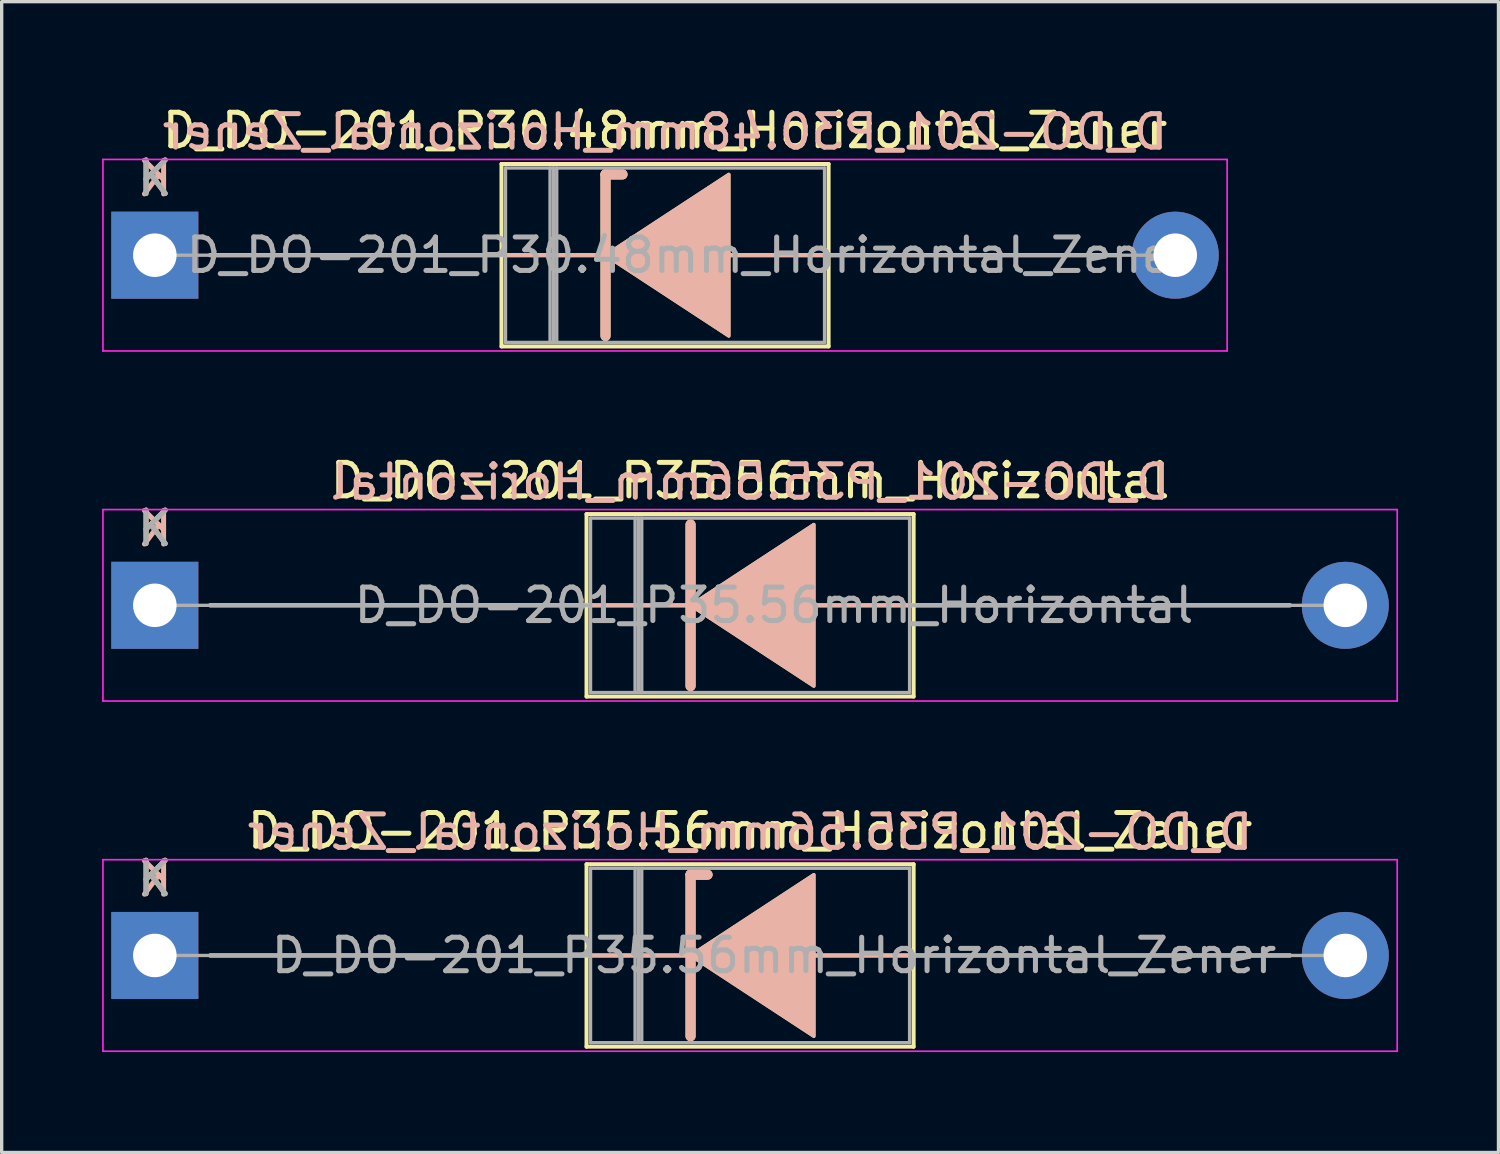
<source format=kicad_pcb>
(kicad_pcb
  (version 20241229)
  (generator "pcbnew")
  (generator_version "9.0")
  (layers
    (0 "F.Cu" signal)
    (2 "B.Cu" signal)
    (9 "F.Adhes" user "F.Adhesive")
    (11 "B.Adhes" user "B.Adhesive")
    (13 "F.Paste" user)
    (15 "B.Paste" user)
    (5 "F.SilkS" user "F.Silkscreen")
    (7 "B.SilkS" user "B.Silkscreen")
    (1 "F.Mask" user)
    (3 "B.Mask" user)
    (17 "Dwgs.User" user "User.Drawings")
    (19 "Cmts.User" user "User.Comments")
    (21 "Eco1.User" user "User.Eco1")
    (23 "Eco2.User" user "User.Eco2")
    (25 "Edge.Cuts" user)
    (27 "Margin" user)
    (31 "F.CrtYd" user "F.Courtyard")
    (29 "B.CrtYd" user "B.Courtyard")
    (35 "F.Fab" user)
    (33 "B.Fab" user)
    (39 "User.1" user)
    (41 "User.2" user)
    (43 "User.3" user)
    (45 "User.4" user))
  (footprint "D_DO-201_P35.56mm_Horizontal_Zener"
    (layer "F.Cu")
    (at 1.575 25.49)
    (property "Reference" "D_DO-201_P35.56mm_Horizontal_Zener" (at 17.78 -3.725 0) (layer "F.SilkS") (effects (font (size 1 1) (thickness 0.15))))
    (fp_line (start 1.651 0) (end 12.895 0) (stroke (width 0.12) (type solid)) (layer "F.SilkS"))
    (fp_line (start 12.895 -2.725) (end 12.895 2.725) (stroke (width 0.12) (type solid)) (layer "F.SilkS"))
    (fp_line (start 12.895 2.725) (end 22.665 2.725) (stroke (width 0.12) (type solid)) (layer "F.SilkS"))
    (fp_line (start 16.002 -2.413) (end 16.002 2.413) (stroke (width 0.3) (type solid)) (layer "F.SilkS"))
    (fp_line (start 16.002 -2.413) (end 16.51 -2.413) (stroke (width 0.3) (type solid)) (layer "F.SilkS"))
    (fp_line (start 16.002 0) (end 12.895 0) (stroke (width 0.12) (type solid)) (layer "F.SilkS"))
    (fp_line (start 19.685 0) (end 22.665 0) (stroke (width 0.12) (type solid)) (layer "F.SilkS"))
    (fp_line (start 22.665 -2.725) (end 12.895 -2.725) (stroke (width 0.12) (type solid)) (layer "F.SilkS"))
    (fp_line (start 22.665 2.725) (end 22.665 -2.725) (stroke (width 0.12) (type solid)) (layer "F.SilkS"))
    (fp_line (start 33.909 0) (end 22.665 0) (stroke (width 0.12) (type solid)) (layer "F.SilkS"))
    (fp_poly (pts (xy 19.685 2.413) (xy 16.002 0) (xy 19.685 -2.413)) (stroke (width 0.1) (type solid)) (fill yes) (layer "F.SilkS"))
    (fp_line (start 1.651 0) (end 12.895 0) (stroke (width 0.12) (type solid)) (layer "B.SilkS"))
    (fp_line (start 16.002 -2.413) (end 16.51 -2.413) (stroke (width 0.3) (type solid)) (layer "B.SilkS"))
    (fp_line (start 16.002 0) (end 12.895 0) (stroke (width 0.12) (type solid)) (layer "B.SilkS"))
    (fp_line (start 16.002 2.413) (end 16.002 -2.413) (stroke (width 0.3) (type solid)) (layer "B.SilkS"))
    (fp_line (start 19.685 0) (end 22.665 0) (stroke (width 0.12) (type solid)) (layer "B.SilkS"))
    (fp_line (start 33.909 0) (end 22.665 0) (stroke (width 0.12) (type solid)) (layer "B.SilkS"))
    (fp_poly (pts (xy 19.685 -2.413) (xy 16.002 0) (xy 19.685 2.413)) (stroke (width 0.1) (type solid)) (fill yes) (layer "B.SilkS"))
    (fp_line (start -1.55 -2.86) (end -1.55 2.86) (stroke (width 0.05) (type solid)) (layer "F.CrtYd"))
    (fp_line (start -1.55 2.86) (end 37.11 2.86) (stroke (width 0.05) (type solid)) (layer "F.CrtYd"))
    (fp_line (start 37.11 -2.86) (end -1.55 -2.86) (stroke (width 0.05) (type solid)) (layer "F.CrtYd"))
    (fp_line (start 37.11 2.86) (end 37.11 -2.86) (stroke (width 0.05) (type solid)) (layer "F.CrtYd"))
    (fp_line (start 0 0) (end 13.015 0) (stroke (width 0.1) (type solid)) (layer "F.Fab"))
    (fp_line (start 13.015 -2.605) (end 13.015 2.605) (stroke (width 0.1) (type solid)) (layer "F.Fab"))
    (fp_line (start 13.015 2.605) (end 22.545 2.605) (stroke (width 0.1) (type solid)) (layer "F.Fab"))
    (fp_line (start 14.345 -2.605) (end 14.345 2.605) (stroke (width 0.1) (type solid)) (layer "F.Fab"))
    (fp_line (start 14.444 -2.605) (end 14.444 2.605) (stroke (width 0.1) (type solid)) (layer "F.Fab"))
    (fp_line (start 14.544 -2.605) (end 14.544 2.605) (stroke (width 0.1) (type solid)) (layer "F.Fab"))
    (fp_line (start 22.545 -2.605) (end 13.015 -2.605) (stroke (width 0.1) (type solid)) (layer "F.Fab"))
    (fp_line (start 22.545 2.605) (end 22.545 -2.605) (stroke (width 0.1) (type solid)) (layer "F.Fab"))
    (fp_line (start 35.56 0) (end 22.545 0) (stroke (width 0.1) (type solid)) (layer "F.Fab"))
    (fp_text user "K" (at 0 -2.3 0) (layer "F.SilkS") (effects (font (size 1 1) (thickness 0.15))))
    (fp_text user "${REFERENCE}" (at 17.78 -3.683 0) (layer "B.SilkS") (effects (font (size 1 1) (thickness 0.15)) (justify mirror)))
    (fp_text user "K" (at 0 -2.286 0) (layer "B.SilkS") (effects (font (size 1 1) (thickness 0.15)) (justify mirror)))
    (fp_text user "K" (at 0 -2.3 0) (layer "F.Fab") (effects (font (size 1 1) (thickness 0.15))))
    (fp_text user "${REFERENCE}" (at 18.495 0 0) (layer "F.Fab") (effects (font (size 1 1) (thickness 0.15))))
    (pad "1" thru_hole rect (at 0 0) (size 2.6 2.6) (drill 1.3) (layers "*.Cu" "*.Mask"))
    (pad "2" thru_hole oval (at 35.56 0) (size 2.6 2.6) (drill 1.3) (layers "*.Cu" "*.Mask")))
  (footprint "D_DO-201_P30.48mm_Horizontal_Zener"
    (layer "F.Cu")
    (at 1.575 4.573)
    (property "Reference" "D_DO-201_P30.48mm_Horizontal_Zener" (at 15.24 -3.725 0) (layer "F.SilkS") (effects (font (size 1 1) (thickness 0.15))))
    (fp_line (start 1.651 0) (end 10.355 0) (stroke (width 0.12) (type solid)) (layer "F.SilkS"))
    (fp_line (start 10.355 -2.725) (end 10.355 2.725) (stroke (width 0.12) (type solid)) (layer "F.SilkS"))
    (fp_line (start 10.355 2.725) (end 20.125 2.725) (stroke (width 0.12) (type solid)) (layer "F.SilkS"))
    (fp_line (start 13.462 -2.413) (end 13.462 2.413) (stroke (width 0.3) (type solid)) (layer "F.SilkS"))
    (fp_line (start 13.462 -2.413) (end 13.97 -2.413) (stroke (width 0.3) (type solid)) (layer "F.SilkS"))
    (fp_line (start 13.462 0) (end 10.355 0) (stroke (width 0.12) (type solid)) (layer "F.SilkS"))
    (fp_line (start 17.145 0) (end 20.125 0) (stroke (width 0.12) (type solid)) (layer "F.SilkS"))
    (fp_line (start 20.125 -2.725) (end 10.355 -2.725) (stroke (width 0.12) (type solid)) (layer "F.SilkS"))
    (fp_line (start 20.125 2.725) (end 20.125 -2.725) (stroke (width 0.12) (type solid)) (layer "F.SilkS"))
    (fp_line (start 28.829 0) (end 20.125 0) (stroke (width 0.12) (type solid)) (layer "F.SilkS"))
    (fp_poly (pts (xy 17.145 2.413) (xy 13.462 0) (xy 17.145 -2.413)) (stroke (width 0.1) (type solid)) (fill yes) (layer "F.SilkS"))
    (fp_line (start 1.651 0) (end 10.355 0) (stroke (width 0.12) (type solid)) (layer "B.SilkS"))
    (fp_line (start 13.462 -2.413) (end 13.97 -2.413) (stroke (width 0.3) (type solid)) (layer "B.SilkS"))
    (fp_line (start 13.462 0) (end 10.355 0) (stroke (width 0.12) (type solid)) (layer "B.SilkS"))
    (fp_line (start 13.462 2.413) (end 13.462 -2.413) (stroke (width 0.3) (type solid)) (layer "B.SilkS"))
    (fp_line (start 17.145 0) (end 20.125 0) (stroke (width 0.12) (type solid)) (layer "B.SilkS"))
    (fp_line (start 28.829 0) (end 20.125 0) (stroke (width 0.12) (type solid)) (layer "B.SilkS"))
    (fp_poly (pts (xy 17.145 -2.413) (xy 13.462 0) (xy 17.145 2.413)) (stroke (width 0.1) (type solid)) (fill yes) (layer "B.SilkS"))
    (fp_line (start -1.55 -2.86) (end -1.55 2.86) (stroke (width 0.05) (type solid)) (layer "F.CrtYd"))
    (fp_line (start -1.55 2.86) (end 32.03 2.86) (stroke (width 0.05) (type solid)) (layer "F.CrtYd"))
    (fp_line (start 32.03 -2.86) (end -1.55 -2.86) (stroke (width 0.05) (type solid)) (layer "F.CrtYd"))
    (fp_line (start 32.03 2.86) (end 32.03 -2.86) (stroke (width 0.05) (type solid)) (layer "F.CrtYd"))
    (fp_line (start 0 0) (end 10.475 0) (stroke (width 0.1) (type solid)) (layer "F.Fab"))
    (fp_line (start 10.475 -2.605) (end 10.475 2.605) (stroke (width 0.1) (type solid)) (layer "F.Fab"))
    (fp_line (start 10.475 2.605) (end 20.005 2.605) (stroke (width 0.1) (type solid)) (layer "F.Fab"))
    (fp_line (start 11.805 -2.605) (end 11.805 2.605) (stroke (width 0.1) (type solid)) (layer "F.Fab"))
    (fp_line (start 11.905 -2.605) (end 11.905 2.605) (stroke (width 0.1) (type solid)) (layer "F.Fab"))
    (fp_line (start 12.005 -2.605) (end 12.005 2.605) (stroke (width 0.1) (type solid)) (layer "F.Fab"))
    (fp_line (start 20.005 -2.605) (end 10.475 -2.605) (stroke (width 0.1) (type solid)) (layer "F.Fab"))
    (fp_line (start 20.005 2.605) (end 20.005 -2.605) (stroke (width 0.1) (type solid)) (layer "F.Fab"))
    (fp_line (start 30.48 0) (end 20.005 0) (stroke (width 0.1) (type solid)) (layer "F.Fab"))
    (fp_text user "K" (at 0 -2.3 0) (layer "F.SilkS") (effects (font (size 1 1) (thickness 0.15))))
    (fp_text user "${REFERENCE}" (at 15.24 -3.683 0) (layer "B.SilkS") (effects (font (size 1 1) (thickness 0.15)) (justify mirror)))
    (fp_text user "K" (at 0 -2.286 0) (layer "B.SilkS") (effects (font (size 1 1) (thickness 0.15)) (justify mirror)))
    (fp_text user "K" (at 0 -2.3 0) (layer "F.Fab") (effects (font (size 1 1) (thickness 0.15))))
    (fp_text user "${REFERENCE}" (at 15.955 0 0) (layer "F.Fab") (effects (font (size 1 1) (thickness 0.15))))
    (pad "1" thru_hole rect (at 0 0) (size 2.6 2.6) (drill 1.3) (layers "*.Cu" "*.Mask"))
    (pad "2" thru_hole oval (at 30.48 0) (size 2.6 2.6) (drill 1.3) (layers "*.Cu" "*.Mask")))
  (footprint "D_DO-201_P35.56mm_Horizontal"
    (layer "F.Cu")
    (at 1.575 15.031)
    (property "Reference" "D_DO-201_P35.56mm_Horizontal" (at 17.78 -3.725 0) (layer "F.SilkS") (effects (font (size 1 1) (thickness 0.15))))
    (fp_line (start 1.651 0) (end 12.895 0) (stroke (width 0.12) (type solid)) (layer "F.SilkS"))
    (fp_line (start 12.895 -2.725) (end 12.895 2.725) (stroke (width 0.12) (type solid)) (layer "F.SilkS"))
    (fp_line (start 12.895 2.725) (end 22.665 2.725) (stroke (width 0.12) (type solid)) (layer "F.SilkS"))
    (fp_line (start 16.002 -2.413) (end 16.002 2.413) (stroke (width 0.3) (type solid)) (layer "F.SilkS"))
    (fp_line (start 16.002 0) (end 12.895 0) (stroke (width 0.12) (type solid)) (layer "F.SilkS"))
    (fp_line (start 19.685 0) (end 22.665 0) (stroke (width 0.12) (type solid)) (layer "F.SilkS"))
    (fp_line (start 22.665 -2.725) (end 12.895 -2.725) (stroke (width 0.12) (type solid)) (layer "F.SilkS"))
    (fp_line (start 22.665 2.725) (end 22.665 -2.725) (stroke (width 0.12) (type solid)) (layer "F.SilkS"))
    (fp_line (start 33.909 0) (end 22.665 0) (stroke (width 0.12) (type solid)) (layer "F.SilkS"))
    (fp_poly (pts (xy 19.685 2.413) (xy 16.002 0) (xy 19.685 -2.413)) (stroke (width 0.1) (type solid)) (fill yes) (layer "F.SilkS"))
    (fp_line (start 1.651 0) (end 12.895 0) (stroke (width 0.12) (type solid)) (layer "B.SilkS"))
    (fp_line (start 16.002 0) (end 12.895 0) (stroke (width 0.12) (type solid)) (layer "B.SilkS"))
    (fp_line (start 16.002 2.413) (end 16.002 -2.413) (stroke (width 0.3) (type solid)) (layer "B.SilkS"))
    (fp_line (start 19.685 0) (end 22.665 0) (stroke (width 0.12) (type solid)) (layer "B.SilkS"))
    (fp_line (start 33.909 0) (end 22.665 0) (stroke (width 0.12) (type solid)) (layer "B.SilkS"))
    (fp_poly (pts (xy 19.685 -2.413) (xy 16.002 0) (xy 19.685 2.413)) (stroke (width 0.1) (type solid)) (fill yes) (layer "B.SilkS"))
    (fp_line (start -1.55 -2.86) (end -1.55 2.86) (stroke (width 0.05) (type solid)) (layer "F.CrtYd"))
    (fp_line (start -1.55 2.86) (end 37.11 2.86) (stroke (width 0.05) (type solid)) (layer "F.CrtYd"))
    (fp_line (start 37.11 -2.86) (end -1.55 -2.86) (stroke (width 0.05) (type solid)) (layer "F.CrtYd"))
    (fp_line (start 37.11 2.86) (end 37.11 -2.86) (stroke (width 0.05) (type solid)) (layer "F.CrtYd"))
    (fp_line (start 0 0) (end 13.015 0) (stroke (width 0.1) (type solid)) (layer "F.Fab"))
    (fp_line (start 13.015 -2.605) (end 13.015 2.605) (stroke (width 0.1) (type solid)) (layer "F.Fab"))
    (fp_line (start 13.015 2.605) (end 22.545 2.605) (stroke (width 0.1) (type solid)) (layer "F.Fab"))
    (fp_line (start 14.345 -2.605) (end 14.345 2.605) (stroke (width 0.1) (type solid)) (layer "F.Fab"))
    (fp_line (start 14.444 -2.605) (end 14.444 2.605) (stroke (width 0.1) (type solid)) (layer "F.Fab"))
    (fp_line (start 14.544 -2.605) (end 14.544 2.605) (stroke (width 0.1) (type solid)) (layer "F.Fab"))
    (fp_line (start 22.545 -2.605) (end 13.015 -2.605) (stroke (width 0.1) (type solid)) (layer "F.Fab"))
    (fp_line (start 22.545 2.605) (end 22.545 -2.605) (stroke (width 0.1) (type solid)) (layer "F.Fab"))
    (fp_line (start 35.56 0) (end 22.545 0) (stroke (width 0.1) (type solid)) (layer "F.Fab"))
    (fp_text user "K" (at 0 -2.3 0) (layer "F.SilkS") (effects (font (size 1 1) (thickness 0.15))))
    (fp_text user "${REFERENCE}" (at 17.78 -3.683 0) (layer "B.SilkS") (effects (font (size 1 1) (thickness 0.15)) (justify mirror)))
    (fp_text user "K" (at 0 -2.286 0) (layer "B.SilkS") (effects (font (size 1 1) (thickness 0.15)) (justify mirror)))
    (fp_text user "K" (at 0 -2.3 0) (layer "F.Fab") (effects (font (size 1 1) (thickness 0.15))))
    (fp_text user "${REFERENCE}" (at 18.495 0 0) (layer "F.Fab") (effects (font (size 1 1) (thickness 0.15))))
    (pad "1" thru_hole rect (at 0 0) (size 2.6 2.6) (drill 1.3) (layers "*.Cu" "*.Mask"))
    (pad "2" thru_hole oval (at 35.56 0) (size 2.6 2.6) (drill 1.3) (layers "*.Cu" "*.Mask")))
  (gr_rect
    (start -3 -3)
    (end 41.71 31.375)
    (stroke (width 0.1) (type default))
    (fill no)
    (layer "Edge.Cuts")))
</source>
